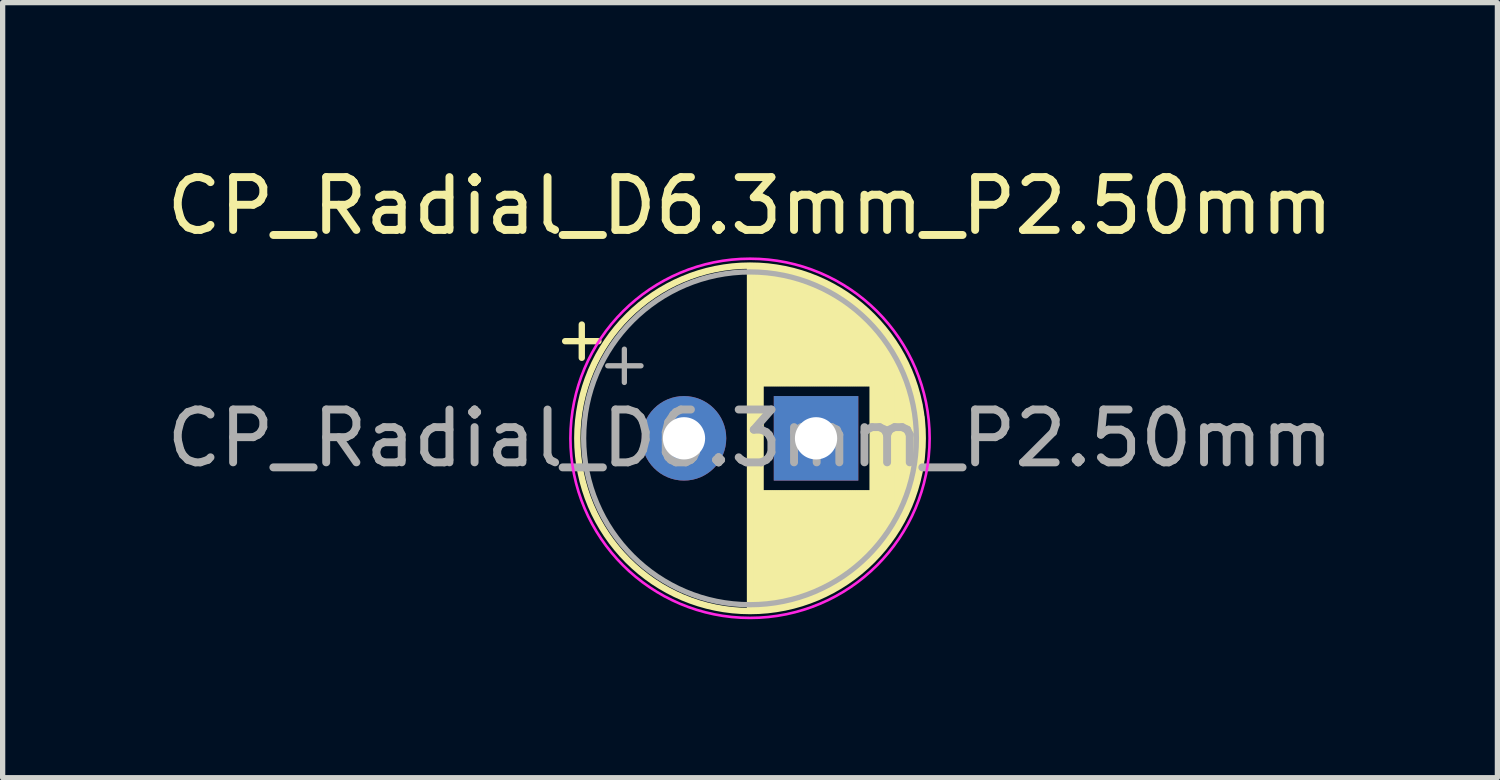
<source format=kicad_pcb>
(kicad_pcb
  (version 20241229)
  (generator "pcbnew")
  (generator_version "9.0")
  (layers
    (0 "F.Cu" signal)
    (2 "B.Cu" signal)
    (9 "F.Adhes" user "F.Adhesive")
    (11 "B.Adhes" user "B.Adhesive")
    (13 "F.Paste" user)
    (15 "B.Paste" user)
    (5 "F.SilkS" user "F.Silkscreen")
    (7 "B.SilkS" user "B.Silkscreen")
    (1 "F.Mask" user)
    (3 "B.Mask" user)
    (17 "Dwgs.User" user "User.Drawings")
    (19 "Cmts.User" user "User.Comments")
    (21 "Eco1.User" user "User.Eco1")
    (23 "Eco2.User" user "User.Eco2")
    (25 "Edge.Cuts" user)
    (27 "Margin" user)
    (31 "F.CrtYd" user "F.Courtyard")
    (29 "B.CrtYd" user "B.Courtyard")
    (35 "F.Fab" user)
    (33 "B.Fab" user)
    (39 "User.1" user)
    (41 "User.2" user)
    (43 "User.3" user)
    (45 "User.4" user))
  (footprint "CP_Radial_D6.3mm_P2.50mm"
    (layer "F.Cu")
    (at 9.899 5.248)
    (property "Reference" "CP_Radial_D6.3mm_P2.50mm" (at 1.25 -4.4 0) (layer "F.SilkS") (effects (font (size 1 1) (thickness 0.15))))
    (attr through_hole)
    (fp_line (start -2.25 -1.839) (end -1.62 -1.839) (stroke (width 0.12) (type solid)) (layer "F.SilkS"))
    (fp_line (start -1.935 -2.154) (end -1.935 -1.524) (stroke (width 0.12) (type solid)) (layer "F.SilkS"))
    (fp_line (start 1.25 -3.23) (end 1.25 3.23) (stroke (width 0.12) (type solid)) (layer "F.SilkS"))
    (fp_line (start 1.29 -3.23) (end 1.29 3.23) (stroke (width 0.12) (type solid)) (layer "F.SilkS"))
    (fp_line (start 1.33 -3.23) (end 1.33 3.23) (stroke (width 0.12) (type solid)) (layer "F.SilkS"))
    (fp_line (start 1.37 -3.228) (end 1.37 3.228) (stroke (width 0.12) (type solid)) (layer "F.SilkS"))
    (fp_line (start 1.41 -3.227) (end 1.41 3.227) (stroke (width 0.12) (type solid)) (layer "F.SilkS"))
    (fp_line (start 1.45 -3.224) (end 1.45 3.224) (stroke (width 0.12) (type solid)) (layer "F.SilkS"))
    (fp_line (start 1.49 -3.222) (end 1.49 -1.04) (stroke (width 0.12) (type solid)) (layer "F.SilkS"))
    (fp_line (start 1.49 1.04) (end 1.49 3.222) (stroke (width 0.12) (type solid)) (layer "F.SilkS"))
    (fp_line (start 1.53 -3.218) (end 1.53 -1.04) (stroke (width 0.12) (type solid)) (layer "F.SilkS"))
    (fp_line (start 1.53 1.04) (end 1.53 3.218) (stroke (width 0.12) (type solid)) (layer "F.SilkS"))
    (fp_line (start 1.57 -3.215) (end 1.57 -1.04) (stroke (width 0.12) (type solid)) (layer "F.SilkS"))
    (fp_line (start 1.57 1.04) (end 1.57 3.215) (stroke (width 0.12) (type solid)) (layer "F.SilkS"))
    (fp_line (start 1.61 -3.211) (end 1.61 -1.04) (stroke (width 0.12) (type solid)) (layer "F.SilkS"))
    (fp_line (start 1.61 1.04) (end 1.61 3.211) (stroke (width 0.12) (type solid)) (layer "F.SilkS"))
    (fp_line (start 1.65 -3.206) (end 1.65 -1.04) (stroke (width 0.12) (type solid)) (layer "F.SilkS"))
    (fp_line (start 1.65 1.04) (end 1.65 3.206) (stroke (width 0.12) (type solid)) (layer "F.SilkS"))
    (fp_line (start 1.69 -3.201) (end 1.69 -1.04) (stroke (width 0.12) (type solid)) (layer "F.SilkS"))
    (fp_line (start 1.69 1.04) (end 1.69 3.201) (stroke (width 0.12) (type solid)) (layer "F.SilkS"))
    (fp_line (start 1.73 -3.195) (end 1.73 -1.04) (stroke (width 0.12) (type solid)) (layer "F.SilkS"))
    (fp_line (start 1.73 1.04) (end 1.73 3.195) (stroke (width 0.12) (type solid)) (layer "F.SilkS"))
    (fp_line (start 1.77 -3.189) (end 1.77 -1.04) (stroke (width 0.12) (type solid)) (layer "F.SilkS"))
    (fp_line (start 1.77 1.04) (end 1.77 3.189) (stroke (width 0.12) (type solid)) (layer "F.SilkS"))
    (fp_line (start 1.81 -3.182) (end 1.81 -1.04) (stroke (width 0.12) (type solid)) (layer "F.SilkS"))
    (fp_line (start 1.81 1.04) (end 1.81 3.182) (stroke (width 0.12) (type solid)) (layer "F.SilkS"))
    (fp_line (start 1.85 -3.175) (end 1.85 -1.04) (stroke (width 0.12) (type solid)) (layer "F.SilkS"))
    (fp_line (start 1.85 1.04) (end 1.85 3.175) (stroke (width 0.12) (type solid)) (layer "F.SilkS"))
    (fp_line (start 1.89 -3.167) (end 1.89 -1.04) (stroke (width 0.12) (type solid)) (layer "F.SilkS"))
    (fp_line (start 1.89 1.04) (end 1.89 3.167) (stroke (width 0.12) (type solid)) (layer "F.SilkS"))
    (fp_line (start 1.93 -3.159) (end 1.93 -1.04) (stroke (width 0.12) (type solid)) (layer "F.SilkS"))
    (fp_line (start 1.93 1.04) (end 1.93 3.159) (stroke (width 0.12) (type solid)) (layer "F.SilkS"))
    (fp_line (start 1.971 -3.15) (end 1.971 -1.04) (stroke (width 0.12) (type solid)) (layer "F.SilkS"))
    (fp_line (start 1.971 1.04) (end 1.971 3.15) (stroke (width 0.12) (type solid)) (layer "F.SilkS"))
    (fp_line (start 2.011 -3.141) (end 2.011 -1.04) (stroke (width 0.12) (type solid)) (layer "F.SilkS"))
    (fp_line (start 2.011 1.04) (end 2.011 3.141) (stroke (width 0.12) (type solid)) (layer "F.SilkS"))
    (fp_line (start 2.051 -3.131) (end 2.051 -1.04) (stroke (width 0.12) (type solid)) (layer "F.SilkS"))
    (fp_line (start 2.051 1.04) (end 2.051 3.131) (stroke (width 0.12) (type solid)) (layer "F.SilkS"))
    (fp_line (start 2.091 -3.121) (end 2.091 -1.04) (stroke (width 0.12) (type solid)) (layer "F.SilkS"))
    (fp_line (start 2.091 1.04) (end 2.091 3.121) (stroke (width 0.12) (type solid)) (layer "F.SilkS"))
    (fp_line (start 2.131 -3.11) (end 2.131 -1.04) (stroke (width 0.12) (type solid)) (layer "F.SilkS"))
    (fp_line (start 2.131 1.04) (end 2.131 3.11) (stroke (width 0.12) (type solid)) (layer "F.SilkS"))
    (fp_line (start 2.171 -3.098) (end 2.171 -1.04) (stroke (width 0.12) (type solid)) (layer "F.SilkS"))
    (fp_line (start 2.171 1.04) (end 2.171 3.098) (stroke (width 0.12) (type solid)) (layer "F.SilkS"))
    (fp_line (start 2.211 -3.086) (end 2.211 -1.04) (stroke (width 0.12) (type solid)) (layer "F.SilkS"))
    (fp_line (start 2.211 1.04) (end 2.211 3.086) (stroke (width 0.12) (type solid)) (layer "F.SilkS"))
    (fp_line (start 2.251 -3.074) (end 2.251 -1.04) (stroke (width 0.12) (type solid)) (layer "F.SilkS"))
    (fp_line (start 2.251 1.04) (end 2.251 3.074) (stroke (width 0.12) (type solid)) (layer "F.SilkS"))
    (fp_line (start 2.291 -3.061) (end 2.291 -1.04) (stroke (width 0.12) (type solid)) (layer "F.SilkS"))
    (fp_line (start 2.291 1.04) (end 2.291 3.061) (stroke (width 0.12) (type solid)) (layer "F.SilkS"))
    (fp_line (start 2.331 -3.047) (end 2.331 -1.04) (stroke (width 0.12) (type solid)) (layer "F.SilkS"))
    (fp_line (start 2.331 1.04) (end 2.331 3.047) (stroke (width 0.12) (type solid)) (layer "F.SilkS"))
    (fp_line (start 2.371 -3.033) (end 2.371 -1.04) (stroke (width 0.12) (type solid)) (layer "F.SilkS"))
    (fp_line (start 2.371 1.04) (end 2.371 3.033) (stroke (width 0.12) (type solid)) (layer "F.SilkS"))
    (fp_line (start 2.411 -3.018) (end 2.411 -1.04) (stroke (width 0.12) (type solid)) (layer "F.SilkS"))
    (fp_line (start 2.411 1.04) (end 2.411 3.018) (stroke (width 0.12) (type solid)) (layer "F.SilkS"))
    (fp_line (start 2.451 -3.002) (end 2.451 -1.04) (stroke (width 0.12) (type solid)) (layer "F.SilkS"))
    (fp_line (start 2.451 1.04) (end 2.451 3.002) (stroke (width 0.12) (type solid)) (layer "F.SilkS"))
    (fp_line (start 2.491 -2.986) (end 2.491 -1.04) (stroke (width 0.12) (type solid)) (layer "F.SilkS"))
    (fp_line (start 2.491 1.04) (end 2.491 2.986) (stroke (width 0.12) (type solid)) (layer "F.SilkS"))
    (fp_line (start 2.531 -2.97) (end 2.531 -1.04) (stroke (width 0.12) (type solid)) (layer "F.SilkS"))
    (fp_line (start 2.531 1.04) (end 2.531 2.97) (stroke (width 0.12) (type solid)) (layer "F.SilkS"))
    (fp_line (start 2.571 -2.952) (end 2.571 -1.04) (stroke (width 0.12) (type solid)) (layer "F.SilkS"))
    (fp_line (start 2.571 1.04) (end 2.571 2.952) (stroke (width 0.12) (type solid)) (layer "F.SilkS"))
    (fp_line (start 2.611 -2.934) (end 2.611 -1.04) (stroke (width 0.12) (type solid)) (layer "F.SilkS"))
    (fp_line (start 2.611 1.04) (end 2.611 2.934) (stroke (width 0.12) (type solid)) (layer "F.SilkS"))
    (fp_line (start 2.651 -2.916) (end 2.651 -1.04) (stroke (width 0.12) (type solid)) (layer "F.SilkS"))
    (fp_line (start 2.651 1.04) (end 2.651 2.916) (stroke (width 0.12) (type solid)) (layer "F.SilkS"))
    (fp_line (start 2.691 -2.896) (end 2.691 -1.04) (stroke (width 0.12) (type solid)) (layer "F.SilkS"))
    (fp_line (start 2.691 1.04) (end 2.691 2.896) (stroke (width 0.12) (type solid)) (layer "F.SilkS"))
    (fp_line (start 2.731 -2.876) (end 2.731 -1.04) (stroke (width 0.12) (type solid)) (layer "F.SilkS"))
    (fp_line (start 2.731 1.04) (end 2.731 2.876) (stroke (width 0.12) (type solid)) (layer "F.SilkS"))
    (fp_line (start 2.771 -2.856) (end 2.771 -1.04) (stroke (width 0.12) (type solid)) (layer "F.SilkS"))
    (fp_line (start 2.771 1.04) (end 2.771 2.856) (stroke (width 0.12) (type solid)) (layer "F.SilkS"))
    (fp_line (start 2.811 -2.834) (end 2.811 -1.04) (stroke (width 0.12) (type solid)) (layer "F.SilkS"))
    (fp_line (start 2.811 1.04) (end 2.811 2.834) (stroke (width 0.12) (type solid)) (layer "F.SilkS"))
    (fp_line (start 2.851 -2.812) (end 2.851 -1.04) (stroke (width 0.12) (type solid)) (layer "F.SilkS"))
    (fp_line (start 2.851 1.04) (end 2.851 2.812) (stroke (width 0.12) (type solid)) (layer "F.SilkS"))
    (fp_line (start 2.891 -2.79) (end 2.891 -1.04) (stroke (width 0.12) (type solid)) (layer "F.SilkS"))
    (fp_line (start 2.891 1.04) (end 2.891 2.79) (stroke (width 0.12) (type solid)) (layer "F.SilkS"))
    (fp_line (start 2.931 -2.766) (end 2.931 -1.04) (stroke (width 0.12) (type solid)) (layer "F.SilkS"))
    (fp_line (start 2.931 1.04) (end 2.931 2.766) (stroke (width 0.12) (type solid)) (layer "F.SilkS"))
    (fp_line (start 2.971 -2.742) (end 2.971 -1.04) (stroke (width 0.12) (type solid)) (layer "F.SilkS"))
    (fp_line (start 2.971 1.04) (end 2.971 2.742) (stroke (width 0.12) (type solid)) (layer "F.SilkS"))
    (fp_line (start 3.011 -2.716) (end 3.011 -1.04) (stroke (width 0.12) (type solid)) (layer "F.SilkS"))
    (fp_line (start 3.011 1.04) (end 3.011 2.716) (stroke (width 0.12) (type solid)) (layer "F.SilkS"))
    (fp_line (start 3.051 -2.69) (end 3.051 -1.04) (stroke (width 0.12) (type solid)) (layer "F.SilkS"))
    (fp_line (start 3.051 1.04) (end 3.051 2.69) (stroke (width 0.12) (type solid)) (layer "F.SilkS"))
    (fp_line (start 3.091 -2.664) (end 3.091 -1.04) (stroke (width 0.12) (type solid)) (layer "F.SilkS"))
    (fp_line (start 3.091 1.04) (end 3.091 2.664) (stroke (width 0.12) (type solid)) (layer "F.SilkS"))
    (fp_line (start 3.131 -2.636) (end 3.131 -1.04) (stroke (width 0.12) (type solid)) (layer "F.SilkS"))
    (fp_line (start 3.131 1.04) (end 3.131 2.636) (stroke (width 0.12) (type solid)) (layer "F.SilkS"))
    (fp_line (start 3.171 -2.607) (end 3.171 -1.04) (stroke (width 0.12) (type solid)) (layer "F.SilkS"))
    (fp_line (start 3.171 1.04) (end 3.171 2.607) (stroke (width 0.12) (type solid)) (layer "F.SilkS"))
    (fp_line (start 3.211 -2.578) (end 3.211 -1.04) (stroke (width 0.12) (type solid)) (layer "F.SilkS"))
    (fp_line (start 3.211 1.04) (end 3.211 2.578) (stroke (width 0.12) (type solid)) (layer "F.SilkS"))
    (fp_line (start 3.251 -2.548) (end 3.251 -1.04) (stroke (width 0.12) (type solid)) (layer "F.SilkS"))
    (fp_line (start 3.251 1.04) (end 3.251 2.548) (stroke (width 0.12) (type solid)) (layer "F.SilkS"))
    (fp_line (start 3.291 -2.516) (end 3.291 -1.04) (stroke (width 0.12) (type solid)) (layer "F.SilkS"))
    (fp_line (start 3.291 1.04) (end 3.291 2.516) (stroke (width 0.12) (type solid)) (layer "F.SilkS"))
    (fp_line (start 3.331 -2.484) (end 3.331 -1.04) (stroke (width 0.12) (type solid)) (layer "F.SilkS"))
    (fp_line (start 3.331 1.04) (end 3.331 2.484) (stroke (width 0.12) (type solid)) (layer "F.SilkS"))
    (fp_line (start 3.371 -2.45) (end 3.371 -1.04) (stroke (width 0.12) (type solid)) (layer "F.SilkS"))
    (fp_line (start 3.371 1.04) (end 3.371 2.45) (stroke (width 0.12) (type solid)) (layer "F.SilkS"))
    (fp_line (start 3.411 -2.416) (end 3.411 -1.04) (stroke (width 0.12) (type solid)) (layer "F.SilkS"))
    (fp_line (start 3.411 1.04) (end 3.411 2.416) (stroke (width 0.12) (type solid)) (layer "F.SilkS"))
    (fp_line (start 3.451 -2.38) (end 3.451 -1.04) (stroke (width 0.12) (type solid)) (layer "F.SilkS"))
    (fp_line (start 3.451 1.04) (end 3.451 2.38) (stroke (width 0.12) (type solid)) (layer "F.SilkS"))
    (fp_line (start 3.491 -2.343) (end 3.491 -1.04) (stroke (width 0.12) (type solid)) (layer "F.SilkS"))
    (fp_line (start 3.491 1.04) (end 3.491 2.343) (stroke (width 0.12) (type solid)) (layer "F.SilkS"))
    (fp_line (start 3.531 -2.305) (end 3.531 -1.04) (stroke (width 0.12) (type solid)) (layer "F.SilkS"))
    (fp_line (start 3.531 1.04) (end 3.531 2.305) (stroke (width 0.12) (type solid)) (layer "F.SilkS"))
    (fp_line (start 3.571 -2.265) (end 3.571 2.265) (stroke (width 0.12) (type solid)) (layer "F.SilkS"))
    (fp_line (start 3.611 -2.224) (end 3.611 2.224) (stroke (width 0.12) (type solid)) (layer "F.SilkS"))
    (fp_line (start 3.651 -2.182) (end 3.651 2.182) (stroke (width 0.12) (type solid)) (layer "F.SilkS"))
    (fp_line (start 3.691 -2.137) (end 3.691 2.137) (stroke (width 0.12) (type solid)) (layer "F.SilkS"))
    (fp_line (start 3.731 -2.092) (end 3.731 2.092) (stroke (width 0.12) (type solid)) (layer "F.SilkS"))
    (fp_line (start 3.771 -2.044) (end 3.771 2.044) (stroke (width 0.12) (type solid)) (layer "F.SilkS"))
    (fp_line (start 3.811 -1.995) (end 3.811 1.995) (stroke (width 0.12) (type solid)) (layer "F.SilkS"))
    (fp_line (start 3.851 -1.944) (end 3.851 1.944) (stroke (width 0.12) (type solid)) (layer "F.SilkS"))
    (fp_line (start 3.891 -1.89) (end 3.891 1.89) (stroke (width 0.12) (type solid)) (layer "F.SilkS"))
    (fp_line (start 3.931 -1.834) (end 3.931 1.834) (stroke (width 0.12) (type solid)) (layer "F.SilkS"))
    (fp_line (start 3.971 -1.776) (end 3.971 1.776) (stroke (width 0.12) (type solid)) (layer "F.SilkS"))
    (fp_line (start 4.011 -1.714) (end 4.011 1.714) (stroke (width 0.12) (type solid)) (layer "F.SilkS"))
    (fp_line (start 4.051 -1.65) (end 4.051 1.65) (stroke (width 0.12) (type solid)) (layer "F.SilkS"))
    (fp_line (start 4.091 -1.581) (end 4.091 1.581) (stroke (width 0.12) (type solid)) (layer "F.SilkS"))
    (fp_line (start 4.131 -1.509) (end 4.131 1.509) (stroke (width 0.12) (type solid)) (layer "F.SilkS"))
    (fp_line (start 4.171 -1.432) (end 4.171 1.432) (stroke (width 0.12) (type solid)) (layer "F.SilkS"))
    (fp_line (start 4.211 -1.35) (end 4.211 1.35) (stroke (width 0.12) (type solid)) (layer "F.SilkS"))
    (fp_line (start 4.251 -1.262) (end 4.251 1.262) (stroke (width 0.12) (type solid)) (layer "F.SilkS"))
    (fp_line (start 4.291 -1.165) (end 4.291 1.165) (stroke (width 0.12) (type solid)) (layer "F.SilkS"))
    (fp_line (start 4.331 -1.059) (end 4.331 1.059) (stroke (width 0.12) (type solid)) (layer "F.SilkS"))
    (fp_line (start 4.371 -0.94) (end 4.371 0.94) (stroke (width 0.12) (type solid)) (layer "F.SilkS"))
    (fp_line (start 4.411 -0.802) (end 4.411 0.802) (stroke (width 0.12) (type solid)) (layer "F.SilkS"))
    (fp_line (start 4.451 -0.633) (end 4.451 0.633) (stroke (width 0.12) (type solid)) (layer "F.SilkS"))
    (fp_line (start 4.491 -0.402) (end 4.491 0.402) (stroke (width 0.12) (type solid)) (layer "F.SilkS"))
    (fp_circle (center 1.25 0) (end 4.52 0) (stroke (width 0.12) (type solid)) (fill no) (layer "F.SilkS"))
    (fp_circle (center 1.25 0) (end 4.65 0) (stroke (width 0.05) (type solid)) (fill no) (layer "F.CrtYd"))
    (fp_line (start -1.444 -1.373) (end -0.814 -1.373) (stroke (width 0.1) (type solid)) (layer "F.Fab"))
    (fp_line (start -1.129 -1.688) (end -1.129 -1.058) (stroke (width 0.1) (type solid)) (layer "F.Fab"))
    (fp_circle (center 1.25 0) (end 4.4 0) (stroke (width 0.1) (type solid)) (fill no) (layer "F.Fab"))
    (fp_text user "${REFERENCE}" (at 1.25 0 0) (layer "F.Fab") (effects (font (size 1 1) (thickness 0.15))))
    (pad "1" thru_hole rect (at 2.5 0) (size 1.6 1.6) (drill 0.8) (layers "*.Cu" "*.Mask"))
    (pad "2" thru_hole circle (at 0 0) (size 1.6 1.6) (drill 0.8) (layers "*.Cu" "*.Mask")))
  (gr_rect
    (start -3 -3)
    (end 25.298 11.673)
    (stroke (width 0.1) (type default))
    (fill no)
    (layer "Edge.Cuts")))
</source>
